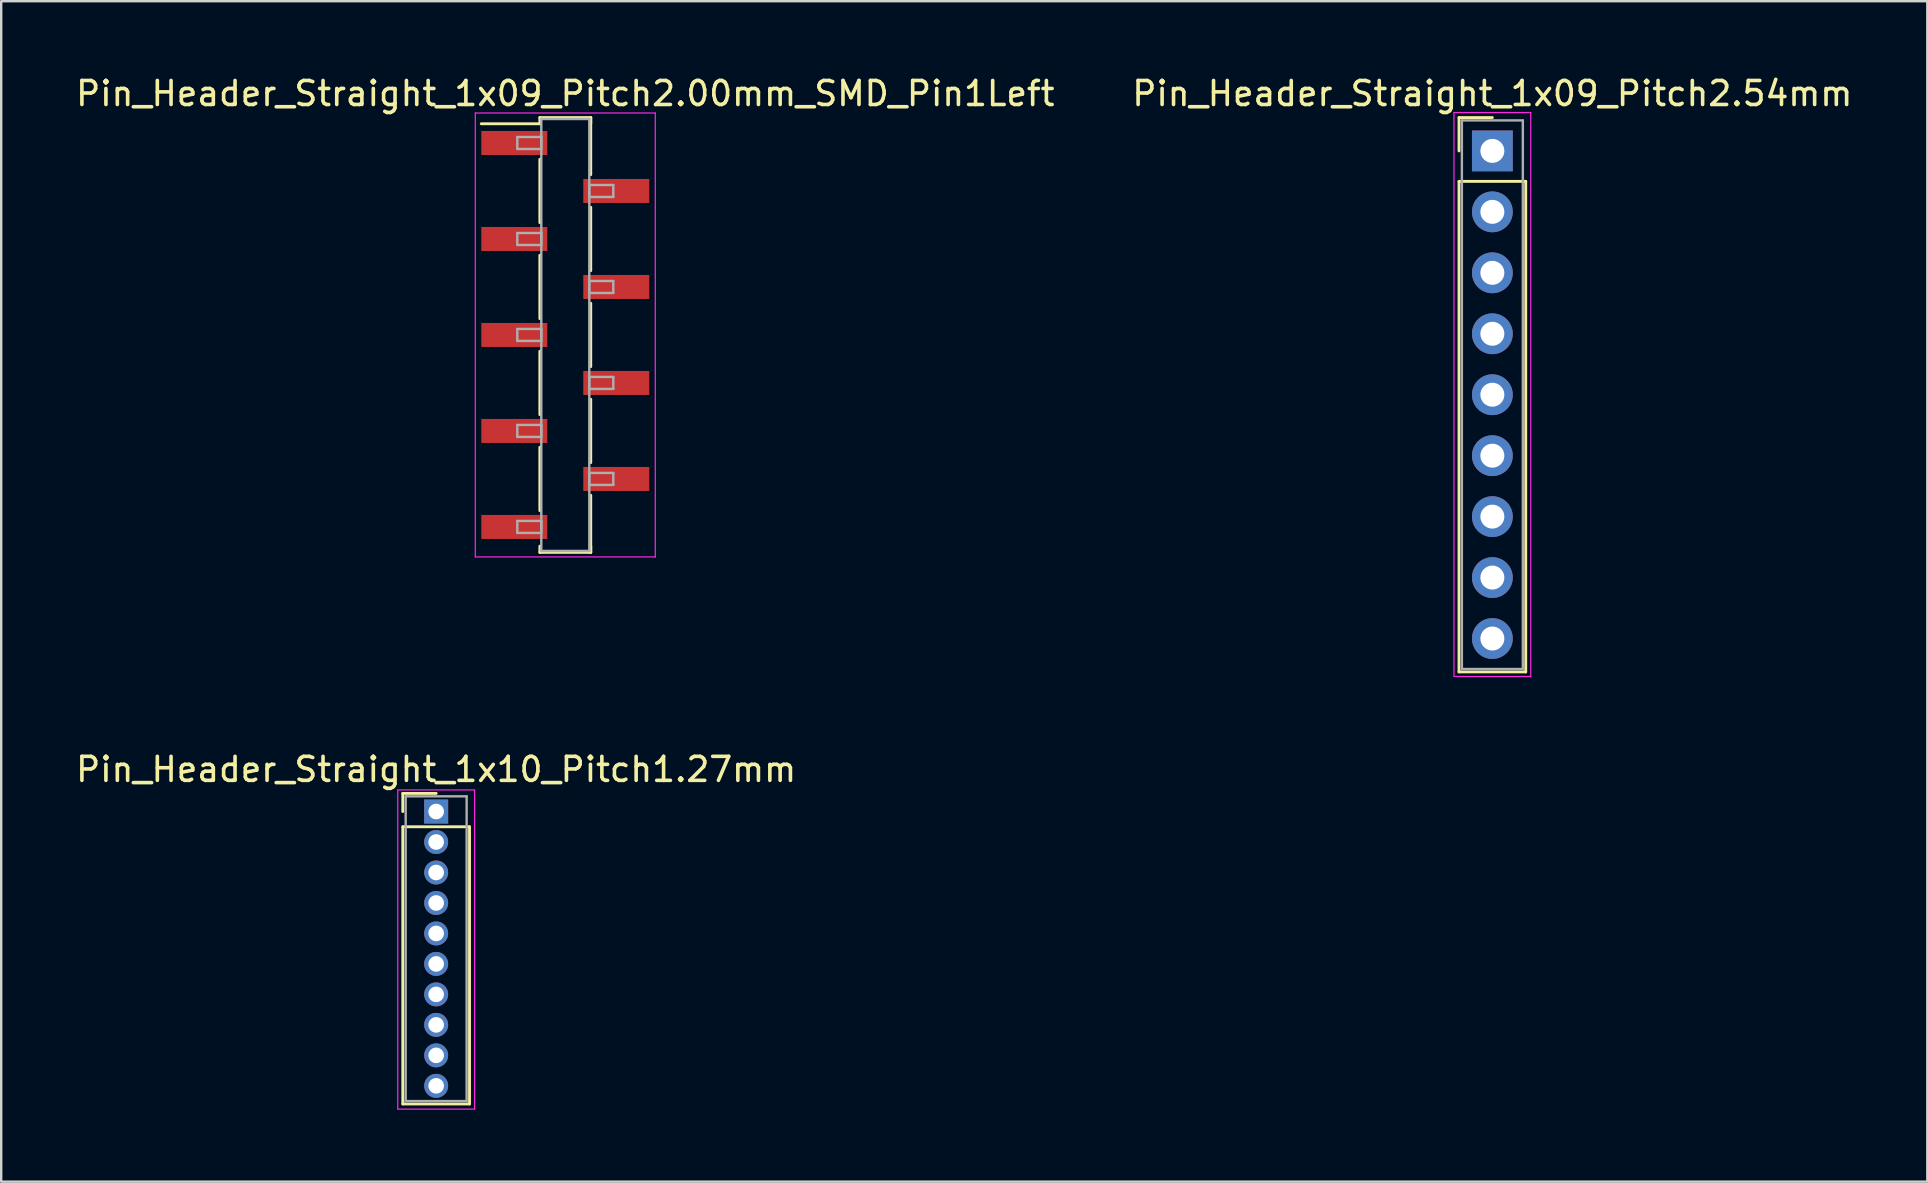
<source format=kicad_pcb>
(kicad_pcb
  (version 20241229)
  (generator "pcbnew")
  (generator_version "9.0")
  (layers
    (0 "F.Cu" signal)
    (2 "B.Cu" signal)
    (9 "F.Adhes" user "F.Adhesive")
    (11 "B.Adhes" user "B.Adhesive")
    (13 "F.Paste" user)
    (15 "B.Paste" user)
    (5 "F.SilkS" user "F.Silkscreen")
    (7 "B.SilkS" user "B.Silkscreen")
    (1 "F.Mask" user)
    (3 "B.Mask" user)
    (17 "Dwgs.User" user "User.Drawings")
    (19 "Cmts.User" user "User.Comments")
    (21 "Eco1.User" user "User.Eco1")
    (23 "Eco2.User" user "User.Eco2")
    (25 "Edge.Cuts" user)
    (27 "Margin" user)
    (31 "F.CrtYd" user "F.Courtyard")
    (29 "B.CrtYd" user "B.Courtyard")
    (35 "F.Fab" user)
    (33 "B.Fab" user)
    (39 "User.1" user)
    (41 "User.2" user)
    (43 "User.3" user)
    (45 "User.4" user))
  (footprint "Pin_Header_Straight_1x09_Pitch2.54mm"
    (layer "F.Cu")
    (at 59.137 3.238)
    (property "Reference" "Pin_Header_Straight_1x09_Pitch2.54mm" (at 0 -2.39 0) (layer "F.SilkS") (effects (font (size 1 1) (thickness 0.15))))
    (attr through_hole)
    (fp_line (start -1.39 -1.39) (end 0 -1.39) (stroke (width 0.12) (type solid)) (layer "F.SilkS"))
    (fp_line (start -1.39 0) (end -1.39 -1.39) (stroke (width 0.12) (type solid)) (layer "F.SilkS"))
    (fp_line (start -1.39 1.27) (end -1.39 21.71) (stroke (width 0.12) (type solid)) (layer "F.SilkS"))
    (fp_line (start -1.39 21.71) (end 1.39 21.71) (stroke (width 0.12) (type solid)) (layer "F.SilkS"))
    (fp_line (start 1.39 1.27) (end -1.39 1.27) (stroke (width 0.12) (type solid)) (layer "F.SilkS"))
    (fp_line (start 1.39 21.71) (end 1.39 1.27) (stroke (width 0.12) (type solid)) (layer "F.SilkS"))
    (fp_line (start -1.6 -1.6) (end -1.6 21.9) (stroke (width 0.05) (type solid)) (layer "F.CrtYd"))
    (fp_line (start -1.6 21.9) (end 1.6 21.9) (stroke (width 0.05) (type solid)) (layer "F.CrtYd"))
    (fp_line (start 1.6 -1.6) (end -1.6 -1.6) (stroke (width 0.05) (type solid)) (layer "F.CrtYd"))
    (fp_line (start 1.6 21.9) (end 1.6 -1.6) (stroke (width 0.05) (type solid)) (layer "F.CrtYd"))
    (fp_line (start -1.27 -1.27) (end -1.27 21.59) (stroke (width 0.1) (type solid)) (layer "F.Fab"))
    (fp_line (start -1.27 21.59) (end 1.27 21.59) (stroke (width 0.1) (type solid)) (layer "F.Fab"))
    (fp_line (start 1.27 -1.27) (end -1.27 -1.27) (stroke (width 0.1) (type solid)) (layer "F.Fab"))
    (fp_line (start 1.27 21.59) (end 1.27 -1.27) (stroke (width 0.1) (type solid)) (layer "F.Fab"))
    (pad "1" thru_hole rect (at 0 0) (size 1.7 1.7) (drill 1) (layers "*.Cu" "*.Mask"))
    (pad "2" thru_hole oval (at 0 2.54) (size 1.7 1.7) (drill 1) (layers "*.Cu" "*.Mask"))
    (pad "3" thru_hole oval (at 0 5.08) (size 1.7 1.7) (drill 1) (layers "*.Cu" "*.Mask"))
    (pad "4" thru_hole oval (at 0 7.62) (size 1.7 1.7) (drill 1) (layers "*.Cu" "*.Mask"))
    (pad "5" thru_hole oval (at 0 10.16) (size 1.7 1.7) (drill 1) (layers "*.Cu" "*.Mask"))
    (pad "6" thru_hole oval (at 0 12.7) (size 1.7 1.7) (drill 1) (layers "*.Cu" "*.Mask"))
    (pad "7" thru_hole oval (at 0 15.24) (size 1.7 1.7) (drill 1) (layers "*.Cu" "*.Mask"))
    (pad "8" thru_hole oval (at 0 17.78) (size 1.7 1.7) (drill 1) (layers "*.Cu" "*.Mask"))
    (pad "9" thru_hole oval (at 0 20.32) (size 1.7 1.7) (drill 1) (layers "*.Cu" "*.Mask")))
  (footprint "Pin_Header_Straight_1x09_Pitch2.00mm_SMD_Pin1Left"
    (layer "F.Cu")
    (at 20.506 10.908)
    (property "Reference" "Pin_Header_Straight_1x09_Pitch2.00mm_SMD_Pin1Left" (at 0 -10.06 0) (layer "F.SilkS") (effects (font (size 1 1) (thickness 0.15))))
    (attr smd)
    (fp_line (start -1.06 -9.06) (end 1.06 -9.06) (stroke (width 0.12) (type solid)) (layer "F.SilkS"))
    (fp_line (start -1.06 -8.8) (end -3.5 -8.8) (stroke (width 0.12) (type solid)) (layer "F.SilkS"))
    (fp_line (start -1.06 -8.8) (end -1.06 -9.06) (stroke (width 0.12) (type solid)) (layer "F.SilkS"))
    (fp_line (start -1.06 -7.32) (end -1.06 -4.68) (stroke (width 0.12) (type solid)) (layer "F.SilkS"))
    (fp_line (start -1.06 -3.32) (end -1.06 -0.68) (stroke (width 0.12) (type solid)) (layer "F.SilkS"))
    (fp_line (start -1.06 0.68) (end -1.06 3.32) (stroke (width 0.12) (type solid)) (layer "F.SilkS"))
    (fp_line (start -1.06 4.68) (end -1.06 7.32) (stroke (width 0.12) (type solid)) (layer "F.SilkS"))
    (fp_line (start -1.06 8.8) (end -1.06 9.06) (stroke (width 0.12) (type solid)) (layer "F.SilkS"))
    (fp_line (start -1.06 9.06) (end 1.06 9.06) (stroke (width 0.12) (type solid)) (layer "F.SilkS"))
    (fp_line (start 1.06 -9.06) (end 1.06 -8.8) (stroke (width 0.12) (type solid)) (layer "F.SilkS"))
    (fp_line (start 1.06 -9.06) (end 1.06 -6.68) (stroke (width 0.12) (type solid)) (layer "F.SilkS"))
    (fp_line (start 1.06 -5.32) (end 1.06 -2.68) (stroke (width 0.12) (type solid)) (layer "F.SilkS"))
    (fp_line (start 1.06 -1.32) (end 1.06 1.32) (stroke (width 0.12) (type solid)) (layer "F.SilkS"))
    (fp_line (start 1.06 2.68) (end 1.06 5.32) (stroke (width 0.12) (type solid)) (layer "F.SilkS"))
    (fp_line (start 1.06 6.68) (end 1.06 9.06) (stroke (width 0.12) (type solid)) (layer "F.SilkS"))
    (fp_line (start 1.06 9.06) (end 1.06 8.8) (stroke (width 0.12) (type solid)) (layer "F.SilkS"))
    (fp_line (start -3.75 -9.25) (end -3.75 9.25) (stroke (width 0.05) (type solid)) (layer "F.CrtYd"))
    (fp_line (start -3.75 9.25) (end 3.75 9.25) (stroke (width 0.05) (type solid)) (layer "F.CrtYd"))
    (fp_line (start 3.75 -9.25) (end -3.75 -9.25) (stroke (width 0.05) (type solid)) (layer "F.CrtYd"))
    (fp_line (start 3.75 9.25) (end 3.75 -9.25) (stroke (width 0.05) (type solid)) (layer "F.CrtYd"))
    (fp_line (start -2 -8.25) (end -1 -8.25) (stroke (width 0.1) (type solid)) (layer "F.Fab"))
    (fp_line (start -2 -7.75) (end -2 -8.25) (stroke (width 0.1) (type solid)) (layer "F.Fab"))
    (fp_line (start -2 -4.25) (end -1 -4.25) (stroke (width 0.1) (type solid)) (layer "F.Fab"))
    (fp_line (start -2 -3.75) (end -2 -4.25) (stroke (width 0.1) (type solid)) (layer "F.Fab"))
    (fp_line (start -2 -0.25) (end -1 -0.25) (stroke (width 0.1) (type solid)) (layer "F.Fab"))
    (fp_line (start -2 0.25) (end -2 -0.25) (stroke (width 0.1) (type solid)) (layer "F.Fab"))
    (fp_line (start -2 3.75) (end -1 3.75) (stroke (width 0.1) (type solid)) (layer "F.Fab"))
    (fp_line (start -2 4.25) (end -2 3.75) (stroke (width 0.1) (type solid)) (layer "F.Fab"))
    (fp_line (start -2 7.75) (end -1 7.75) (stroke (width 0.1) (type solid)) (layer "F.Fab"))
    (fp_line (start -2 8.25) (end -2 7.75) (stroke (width 0.1) (type solid)) (layer "F.Fab"))
    (fp_line (start -1 -9) (end -1 9) (stroke (width 0.1) (type solid)) (layer "F.Fab"))
    (fp_line (start -1 -8.25) (end -1 -7.75) (stroke (width 0.1) (type solid)) (layer "F.Fab"))
    (fp_line (start -1 -7.75) (end -2 -7.75) (stroke (width 0.1) (type solid)) (layer "F.Fab"))
    (fp_line (start -1 -4.25) (end -1 -3.75) (stroke (width 0.1) (type solid)) (layer "F.Fab"))
    (fp_line (start -1 -3.75) (end -2 -3.75) (stroke (width 0.1) (type solid)) (layer "F.Fab"))
    (fp_line (start -1 -0.25) (end -1 0.25) (stroke (width 0.1) (type solid)) (layer "F.Fab"))
    (fp_line (start -1 0.25) (end -2 0.25) (stroke (width 0.1) (type solid)) (layer "F.Fab"))
    (fp_line (start -1 3.75) (end -1 4.25) (stroke (width 0.1) (type solid)) (layer "F.Fab"))
    (fp_line (start -1 4.25) (end -2 4.25) (stroke (width 0.1) (type solid)) (layer "F.Fab"))
    (fp_line (start -1 7.75) (end -1 8.25) (stroke (width 0.1) (type solid)) (layer "F.Fab"))
    (fp_line (start -1 8.25) (end -2 8.25) (stroke (width 0.1) (type solid)) (layer "F.Fab"))
    (fp_line (start -1 9) (end 1 9) (stroke (width 0.1) (type solid)) (layer "F.Fab"))
    (fp_line (start 1 -9) (end -1 -9) (stroke (width 0.1) (type solid)) (layer "F.Fab"))
    (fp_line (start 1 -6.25) (end 1 -5.75) (stroke (width 0.1) (type solid)) (layer "F.Fab"))
    (fp_line (start 1 -5.75) (end 2 -5.75) (stroke (width 0.1) (type solid)) (layer "F.Fab"))
    (fp_line (start 1 -2.25) (end 1 -1.75) (stroke (width 0.1) (type solid)) (layer "F.Fab"))
    (fp_line (start 1 -1.75) (end 2 -1.75) (stroke (width 0.1) (type solid)) (layer "F.Fab"))
    (fp_line (start 1 1.75) (end 1 2.25) (stroke (width 0.1) (type solid)) (layer "F.Fab"))
    (fp_line (start 1 2.25) (end 2 2.25) (stroke (width 0.1) (type solid)) (layer "F.Fab"))
    (fp_line (start 1 5.75) (end 1 6.25) (stroke (width 0.1) (type solid)) (layer "F.Fab"))
    (fp_line (start 1 6.25) (end 2 6.25) (stroke (width 0.1) (type solid)) (layer "F.Fab"))
    (fp_line (start 1 9) (end 1 -9) (stroke (width 0.1) (type solid)) (layer "F.Fab"))
    (fp_line (start 2 -6.25) (end 1 -6.25) (stroke (width 0.1) (type solid)) (layer "F.Fab"))
    (fp_line (start 2 -5.75) (end 2 -6.25) (stroke (width 0.1) (type solid)) (layer "F.Fab"))
    (fp_line (start 2 -2.25) (end 1 -2.25) (stroke (width 0.1) (type solid)) (layer "F.Fab"))
    (fp_line (start 2 -1.75) (end 2 -2.25) (stroke (width 0.1) (type solid)) (layer "F.Fab"))
    (fp_line (start 2 1.75) (end 1 1.75) (stroke (width 0.1) (type solid)) (layer "F.Fab"))
    (fp_line (start 2 2.25) (end 2 1.75) (stroke (width 0.1) (type solid)) (layer "F.Fab"))
    (fp_line (start 2 5.75) (end 1 5.75) (stroke (width 0.1) (type solid)) (layer "F.Fab"))
    (fp_line (start 2 6.25) (end 2 5.75) (stroke (width 0.1) (type solid)) (layer "F.Fab"))
    (pad "1" smd rect (at -2.125 -8) (size 2.75 1) (layers "F.Cu" "F.Mask"))
    (pad "2" smd rect (at 2.125 -6) (size 2.75 1) (layers "F.Cu" "F.Mask"))
    (pad "3" smd rect (at -2.125 -4) (size 2.75 1) (layers "F.Cu" "F.Mask"))
    (pad "4" smd rect (at 2.125 -2) (size 2.75 1) (layers "F.Cu" "F.Mask"))
    (pad "5" smd rect (at -2.125 0) (size 2.75 1) (layers "F.Cu" "F.Mask"))
    (pad "6" smd rect (at 2.125 2) (size 2.75 1) (layers "F.Cu" "F.Mask"))
    (pad "7" smd rect (at -2.125 4) (size 2.75 1) (layers "F.Cu" "F.Mask"))
    (pad "8" smd rect (at 2.125 6) (size 2.75 1) (layers "F.Cu" "F.Mask"))
    (pad "9" smd rect (at -2.125 8) (size 2.75 1) (layers "F.Cu" "F.Mask")))
  (footprint "Pin_Header_Straight_1x10_Pitch1.27mm"
    (layer "F.Cu")
    (at 15.125 30.767)
    (property "Reference" "Pin_Header_Straight_1x10_Pitch1.27mm" (at 0 -1.755 0) (layer "F.SilkS") (effects (font (size 1 1) (thickness 0.15))))
    (attr through_hole)
    (fp_line (start -1.39 -0.755) (end 0 -0.755) (stroke (width 0.12) (type solid)) (layer "F.SilkS"))
    (fp_line (start -1.39 0) (end -1.39 -0.755) (stroke (width 0.12) (type solid)) (layer "F.SilkS"))
    (fp_line (start -1.39 0.635) (end -1.39 12.185) (stroke (width 0.12) (type solid)) (layer "F.SilkS"))
    (fp_line (start -1.39 12.185) (end 1.39 12.185) (stroke (width 0.12) (type solid)) (layer "F.SilkS"))
    (fp_line (start 1.39 0.635) (end -1.39 0.635) (stroke (width 0.12) (type solid)) (layer "F.SilkS"))
    (fp_line (start 1.39 12.185) (end 1.39 0.635) (stroke (width 0.12) (type solid)) (layer "F.SilkS"))
    (fp_line (start -1.6 -0.9) (end -1.6 12.4) (stroke (width 0.05) (type solid)) (layer "F.CrtYd"))
    (fp_line (start -1.6 12.4) (end 1.6 12.4) (stroke (width 0.05) (type solid)) (layer "F.CrtYd"))
    (fp_line (start 1.6 -0.9) (end -1.6 -0.9) (stroke (width 0.05) (type solid)) (layer "F.CrtYd"))
    (fp_line (start 1.6 12.4) (end 1.6 -0.9) (stroke (width 0.05) (type solid)) (layer "F.CrtYd"))
    (fp_line (start -1.27 -0.635) (end -1.27 12.065) (stroke (width 0.1) (type solid)) (layer "F.Fab"))
    (fp_line (start -1.27 12.065) (end 1.27 12.065) (stroke (width 0.1) (type solid)) (layer "F.Fab"))
    (fp_line (start 1.27 -0.635) (end -1.27 -0.635) (stroke (width 0.1) (type solid)) (layer "F.Fab"))
    (fp_line (start 1.27 12.065) (end 1.27 -0.635) (stroke (width 0.1) (type solid)) (layer "F.Fab"))
    (pad "1" thru_hole rect (at 0 0) (size 1 1) (drill 0.65) (layers "*.Cu" "*.Mask"))
    (pad "2" thru_hole oval (at 0 1.27) (size 1 1) (drill 0.65) (layers "*.Cu" "*.Mask"))
    (pad "3" thru_hole oval (at 0 2.54) (size 1 1) (drill 0.65) (layers "*.Cu" "*.Mask"))
    (pad "4" thru_hole oval (at 0 3.81) (size 1 1) (drill 0.65) (layers "*.Cu" "*.Mask"))
    (pad "5" thru_hole oval (at 0 5.08) (size 1 1) (drill 0.65) (layers "*.Cu" "*.Mask"))
    (pad "6" thru_hole oval (at 0 6.35) (size 1 1) (drill 0.65) (layers "*.Cu" "*.Mask"))
    (pad "7" thru_hole oval (at 0 7.62) (size 1 1) (drill 0.65) (layers "*.Cu" "*.Mask"))
    (pad "8" thru_hole oval (at 0 8.89) (size 1 1) (drill 0.65) (layers "*.Cu" "*.Mask"))
    (pad "9" thru_hole oval (at 0 10.16) (size 1 1) (drill 0.65) (layers "*.Cu" "*.Mask"))
    (pad "10" thru_hole oval (at 0 11.43) (size 1 1) (drill 0.65) (layers "*.Cu" "*.Mask")))
  (gr_rect
    (start -3 -3)
    (end 77.262 46.191)
    (stroke (width 0.1) (type default))
    (fill no)
    (layer "Edge.Cuts")))
</source>
